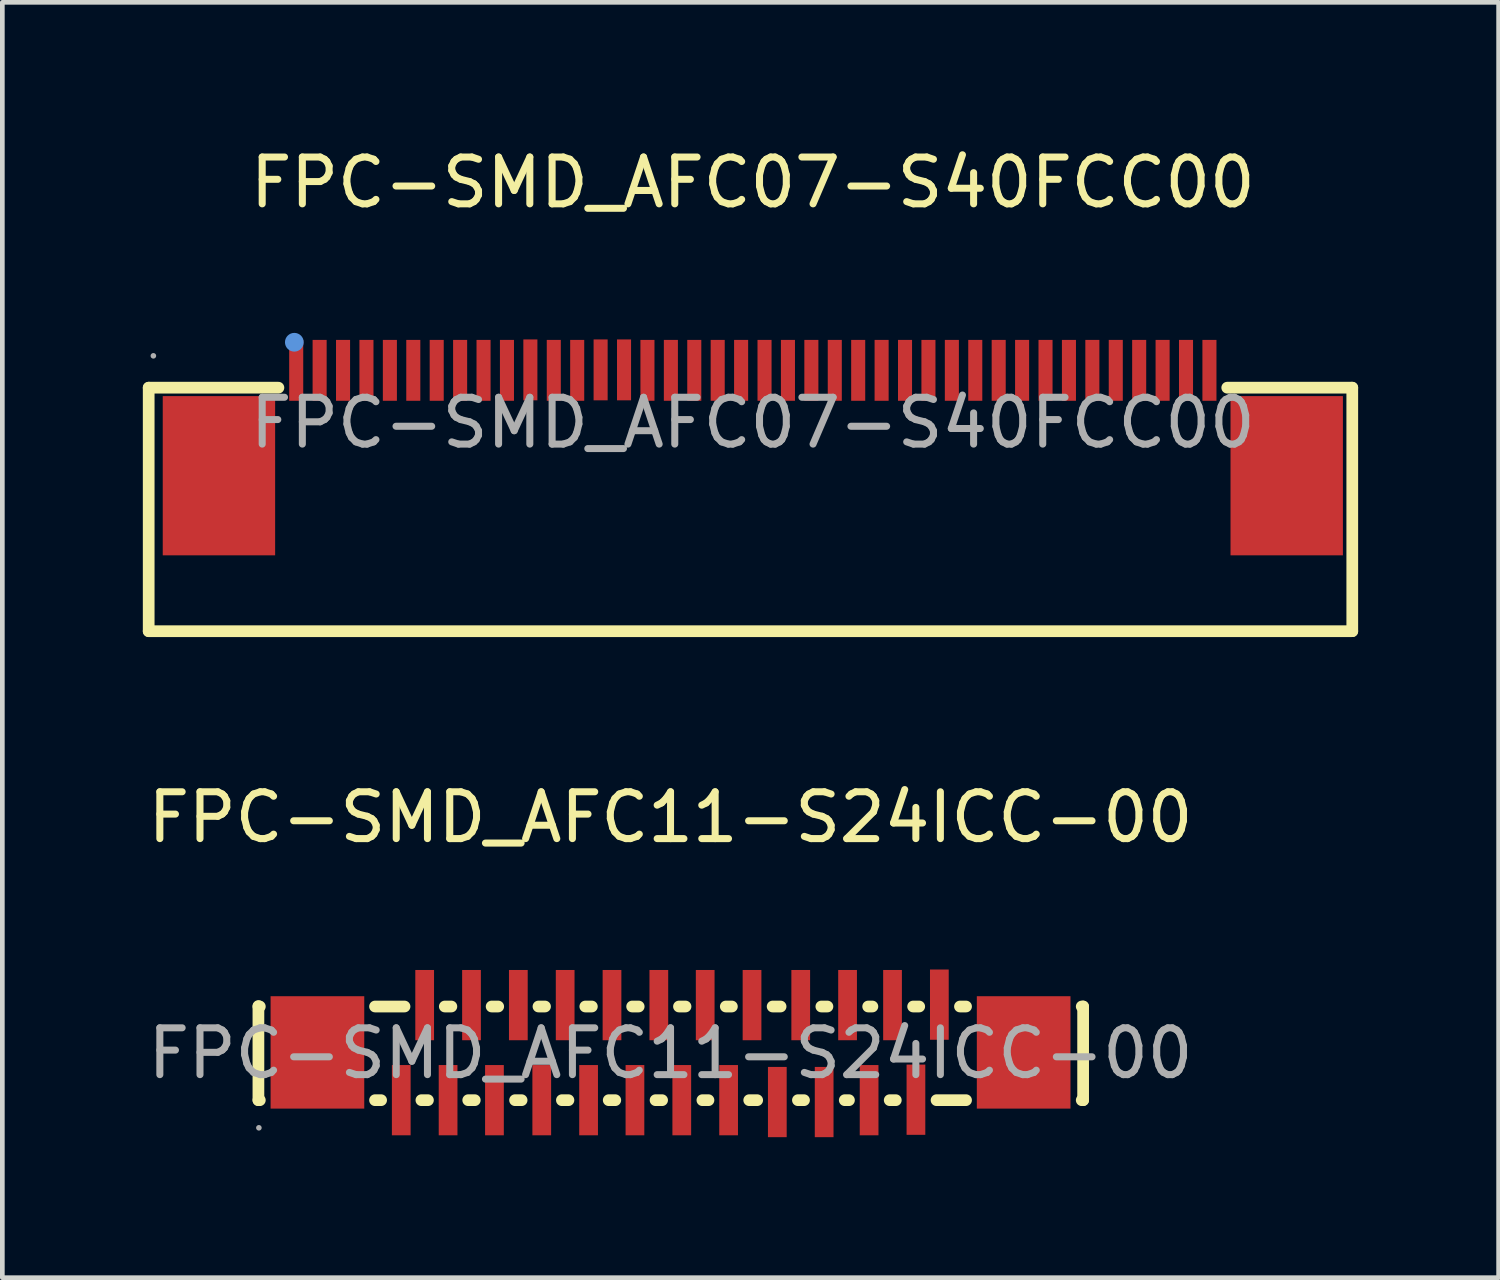
<source format=kicad_pcb>
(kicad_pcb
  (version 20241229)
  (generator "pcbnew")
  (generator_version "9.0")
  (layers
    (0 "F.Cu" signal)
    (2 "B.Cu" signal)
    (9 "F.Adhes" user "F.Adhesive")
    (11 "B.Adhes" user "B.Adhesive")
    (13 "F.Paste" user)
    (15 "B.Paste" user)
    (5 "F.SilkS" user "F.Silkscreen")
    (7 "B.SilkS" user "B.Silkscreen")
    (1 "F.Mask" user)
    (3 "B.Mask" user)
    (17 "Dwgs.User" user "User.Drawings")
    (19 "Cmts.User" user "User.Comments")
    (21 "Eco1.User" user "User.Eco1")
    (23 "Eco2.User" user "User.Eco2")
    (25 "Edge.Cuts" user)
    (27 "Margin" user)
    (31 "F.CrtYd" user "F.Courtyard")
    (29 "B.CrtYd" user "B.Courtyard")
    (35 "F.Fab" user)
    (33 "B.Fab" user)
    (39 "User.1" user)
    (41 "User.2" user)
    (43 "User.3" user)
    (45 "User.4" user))
  (footprint "FPC-SMD_AFC07-S40FCC00"
    (layer "F.Cu")
    (at 13.025 5.978)
    (property "Reference" "FPC-SMD_AFC07-S40FCC00" (at 0 -5.13 0) (layer "F.SilkS") (effects (font (size 1 1) (thickness 0.15))))
    (attr through_hole)
    (fp_line (start -12.9 -0.75) (end -10.13 -0.75) (stroke (width 0.25) (type solid)) (layer "F.SilkS"))
    (fp_line (start -12.9 4.45) (end -12.9 -0.75) (stroke (width 0.25) (type solid)) (layer "F.SilkS"))
    (fp_line (start 10.13 -0.75) (end 12.8 -0.75) (stroke (width 0.25) (type solid)) (layer "F.SilkS"))
    (fp_line (start 12.8 -0.75) (end 12.8 4.45) (stroke (width 0.25) (type solid)) (layer "F.SilkS"))
    (fp_line (start 12.8 4.45) (end -12.9 4.45) (stroke (width 0.25) (type solid)) (layer "F.SilkS"))
    (fp_circle (center -9.79 -1.72) (end -9.69 -1.72) (stroke (width 0.2) (type solid)) (fill no) (layer "Cmts.User"))
    (fp_circle (center -12.8 -1.43) (end -12.77 -1.43) (stroke (width 0.06) (type solid)) (fill no) (layer "F.Fab"))
    (fp_text user "${REFERENCE}" (at 0 0 0) (layer "F.Fab") (effects (font (size 1 1) (thickness 0.15))))
    (pad "1" smd rect (at -9.75 -1.12 180) (size 0.3 1.3) (layers "F.Cu" "F.Mask" "F.Paste"))
    (pad "2" smd rect (at -9.25 -1.12 180) (size 0.3 1.3) (layers "F.Cu" "F.Mask" "F.Paste"))
    (pad "3" smd rect (at -8.75 -1.12 180) (size 0.3 1.3) (layers "F.Cu" "F.Mask" "F.Paste"))
    (pad "4" smd rect (at -8.25 -1.12 180) (size 0.3 1.3) (layers "F.Cu" "F.Mask" "F.Paste"))
    (pad "5" smd rect (at -7.75 -1.12 180) (size 0.3 1.3) (layers "F.Cu" "F.Mask" "F.Paste"))
    (pad "6" smd rect (at -7.25 -1.12 180) (size 0.3 1.3) (layers "F.Cu" "F.Mask" "F.Paste"))
    (pad "7" smd rect (at -6.75 -1.12 180) (size 0.3 1.3) (layers "F.Cu" "F.Mask" "F.Paste"))
    (pad "8" smd rect (at -6.25 -1.12 180) (size 0.3 1.3) (layers "F.Cu" "F.Mask" "F.Paste"))
    (pad "9" smd rect (at -5.75 -1.12 180) (size 0.3 1.3) (layers "F.Cu" "F.Mask" "F.Paste"))
    (pad "10" smd rect (at -5.25 -1.12 180) (size 0.3 1.3) (layers "F.Cu" "F.Mask" "F.Paste"))
    (pad "11" smd rect (at -4.75 -1.13 180) (size 0.3 1.3) (layers "F.Cu" "F.Mask" "F.Paste"))
    (pad "12" smd rect (at -4.25 -1.12 180) (size 0.3 1.3) (layers "F.Cu" "F.Mask" "F.Paste"))
    (pad "13" smd rect (at -3.75 -1.12 180) (size 0.3 1.3) (layers "F.Cu" "F.Mask" "F.Paste"))
    (pad "14" smd rect (at -3.25 -1.13 180) (size 0.3 1.3) (layers "F.Cu" "F.Mask" "F.Paste"))
    (pad "15" smd rect (at -2.75 -1.13 180) (size 0.3 1.3) (layers "F.Cu" "F.Mask" "F.Paste"))
    (pad "16" smd rect (at -2.25 -1.12 180) (size 0.3 1.3) (layers "F.Cu" "F.Mask" "F.Paste"))
    (pad "17" smd rect (at -1.75 -1.12 180) (size 0.3 1.3) (layers "F.Cu" "F.Mask" "F.Paste"))
    (pad "18" smd rect (at -1.25 -1.12 180) (size 0.3 1.3) (layers "F.Cu" "F.Mask" "F.Paste"))
    (pad "19" smd rect (at -0.75 -1.12 180) (size 0.3 1.3) (layers "F.Cu" "F.Mask" "F.Paste"))
    (pad "20" smd rect (at -0.25 -1.12 180) (size 0.3 1.3) (layers "F.Cu" "F.Mask" "F.Paste"))
    (pad "21" smd rect (at 0.25 -1.12 180) (size 0.3 1.3) (layers "F.Cu" "F.Mask" "F.Paste"))
    (pad "22" smd rect (at 0.75 -1.12 180) (size 0.3 1.3) (layers "F.Cu" "F.Mask" "F.Paste"))
    (pad "23" smd rect (at 1.25 -1.12 180) (size 0.3 1.3) (layers "F.Cu" "F.Mask" "F.Paste"))
    (pad "24" smd rect (at 1.75 -1.12 180) (size 0.3 1.3) (layers "F.Cu" "F.Mask" "F.Paste"))
    (pad "25" smd rect (at 2.25 -1.12 180) (size 0.3 1.3) (layers "F.Cu" "F.Mask" "F.Paste"))
    (pad "26" smd rect (at 2.75 -1.12 180) (size 0.3 1.3) (layers "F.Cu" "F.Mask" "F.Paste"))
    (pad "27" smd rect (at 3.25 -1.12 180) (size 0.3 1.3) (layers "F.Cu" "F.Mask" "F.Paste"))
    (pad "28" smd rect (at 3.75 -1.12 180) (size 0.3 1.3) (layers "F.Cu" "F.Mask" "F.Paste"))
    (pad "29" smd rect (at 4.25 -1.12 180) (size 0.3 1.3) (layers "F.Cu" "F.Mask" "F.Paste"))
    (pad "30" smd rect (at 4.75 -1.12 180) (size 0.3 1.3) (layers "F.Cu" "F.Mask" "F.Paste"))
    (pad "31" smd rect (at 5.25 -1.12 180) (size 0.3 1.3) (layers "F.Cu" "F.Mask" "F.Paste"))
    (pad "32" smd rect (at 5.75 -1.12 180) (size 0.3 1.3) (layers "F.Cu" "F.Mask" "F.Paste"))
    (pad "33" smd rect (at 6.25 -1.12 180) (size 0.3 1.3) (layers "F.Cu" "F.Mask" "F.Paste"))
    (pad "34" smd rect (at 6.75 -1.12 180) (size 0.3 1.3) (layers "F.Cu" "F.Mask" "F.Paste"))
    (pad "35" smd rect (at 7.25 -1.12 180) (size 0.3 1.3) (layers "F.Cu" "F.Mask" "F.Paste"))
    (pad "36" smd rect (at 7.75 -1.12 180) (size 0.3 1.3) (layers "F.Cu" "F.Mask" "F.Paste"))
    (pad "37" smd rect (at 8.25 -1.12 180) (size 0.3 1.3) (layers "F.Cu" "F.Mask" "F.Paste"))
    (pad "38" smd rect (at 8.75 -1.12 180) (size 0.3 1.3) (layers "F.Cu" "F.Mask" "F.Paste"))
    (pad "39" smd rect (at 9.25 -1.12 180) (size 0.3 1.3) (layers "F.Cu" "F.Mask" "F.Paste"))
    (pad "40" smd rect (at 9.75 -1.12 180) (size 0.3 1.3) (layers "F.Cu" "F.Mask" "F.Paste"))
    (pad "41" smd rect (at 11.4 1.13 180) (size 2.4 3.4) (layers "F.Cu" "F.Mask" "F.Paste"))
    (pad "42" smd rect (at -11.4 1.13) (size 2.4 3.4) (layers "F.Cu" "F.Mask" "F.Paste")))
  (footprint "FPC-SMD_AFC11-S24ICC-00"
    (layer "F.Cu")
    (at 11.268 19.442)
    (property "Reference" "FPC-SMD_AFC11-S24ICC-00" (at 0 -5.04 0) (layer "F.SilkS") (effects (font (size 1 1) (thickness 0.15))))
    (attr through_hole)
    (fp_line (start -8.8 -1.01) (end -8.8 1) (stroke (width 0.25) (type solid)) (layer "F.SilkS"))
    (fp_line (start -8.8 1) (end -8.77 1) (stroke (width 0.25) (type solid)) (layer "F.SilkS"))
    (fp_line (start -8.77 -1) (end -8.8 -1) (stroke (width 0.25) (type solid)) (layer "F.SilkS"))
    (fp_line (start -6.31 1) (end -6.18 1) (stroke (width 0.25) (type solid)) (layer "F.SilkS"))
    (fp_line (start -5.68 -1) (end -6.31 -1) (stroke (width 0.25) (type solid)) (layer "F.SilkS"))
    (fp_line (start -5.32 1) (end -5.18 1) (stroke (width 0.25) (type solid)) (layer "F.SilkS"))
    (fp_line (start -4.68 -1) (end -4.82 -1) (stroke (width 0.25) (type solid)) (layer "F.SilkS"))
    (fp_line (start -4.32 1) (end -4.18 1) (stroke (width 0.25) (type solid)) (layer "F.SilkS"))
    (fp_line (start -3.68 -1) (end -3.82 -1) (stroke (width 0.25) (type solid)) (layer "F.SilkS"))
    (fp_line (start -3.32 1) (end -3.18 1) (stroke (width 0.25) (type solid)) (layer "F.SilkS"))
    (fp_line (start -2.68 -1) (end -2.82 -1) (stroke (width 0.25) (type solid)) (layer "F.SilkS"))
    (fp_line (start -2.32 1) (end -2.18 1) (stroke (width 0.25) (type solid)) (layer "F.SilkS"))
    (fp_line (start -1.68 -1) (end -1.82 -1) (stroke (width 0.25) (type solid)) (layer "F.SilkS"))
    (fp_line (start -1.32 1) (end -1.18 1) (stroke (width 0.25) (type solid)) (layer "F.SilkS"))
    (fp_line (start -0.68 -1) (end -0.82 -1) (stroke (width 0.25) (type solid)) (layer "F.SilkS"))
    (fp_line (start -0.32 1) (end -0.18 1) (stroke (width 0.25) (type solid)) (layer "F.SilkS"))
    (fp_line (start 0.32 -1) (end 0.18 -1) (stroke (width 0.25) (type solid)) (layer "F.SilkS"))
    (fp_line (start 0.68 1) (end 0.81 1) (stroke (width 0.25) (type solid)) (layer "F.SilkS"))
    (fp_line (start 1.31 -1) (end 1.18 -1) (stroke (width 0.25) (type solid)) (layer "F.SilkS"))
    (fp_line (start 1.68 1) (end 1.85 1) (stroke (width 0.25) (type solid)) (layer "F.SilkS"))
    (fp_line (start 2.35 -1) (end 2.18 -1) (stroke (width 0.25) (type solid)) (layer "F.SilkS"))
    (fp_line (start 2.72 1) (end 2.85 1) (stroke (width 0.25) (type solid)) (layer "F.SilkS"))
    (fp_line (start 3.35 -1) (end 3.22 -1) (stroke (width 0.25) (type solid)) (layer "F.SilkS"))
    (fp_line (start 3.72 1) (end 3.81 1) (stroke (width 0.25) (type solid)) (layer "F.SilkS"))
    (fp_line (start 4.31 -1) (end 4.22 -1) (stroke (width 0.25) (type solid)) (layer "F.SilkS"))
    (fp_line (start 4.68 1) (end 4.81 1) (stroke (width 0.25) (type solid)) (layer "F.SilkS"))
    (fp_line (start 5.31 -1) (end 5.18 -1) (stroke (width 0.25) (type solid)) (layer "F.SilkS"))
    (fp_line (start 5.68 1) (end 6.31 1) (stroke (width 0.25) (type solid)) (layer "F.SilkS"))
    (fp_line (start 6.31 -1) (end 6.18 -1) (stroke (width 0.25) (type solid)) (layer "F.SilkS"))
    (fp_line (start 8.78 1) (end 8.81 1) (stroke (width 0.25) (type solid)) (layer "F.SilkS"))
    (fp_line (start 8.81 -1) (end 8.78 -1) (stroke (width 0.25) (type solid)) (layer "F.SilkS"))
    (fp_line (start 8.81 1) (end 8.81 -1) (stroke (width 0.25) (type solid)) (layer "F.SilkS"))
    (fp_circle (center -8.79 1.59) (end -8.76 1.59) (stroke (width 0.06) (type solid)) (fill no) (layer "F.Fab"))
    (fp_text user "${REFERENCE}" (at 0 0 0) (layer "F.Fab") (effects (font (size 1 1) (thickness 0.15))))
    (pad "1" smd rect (at -5.75 1) (size 0.4 1.5) (layers "F.Cu" "F.Mask" "F.Paste"))
    (pad "2" smd rect (at -5.25 -1.03) (size 0.4 1.5) (layers "F.Cu" "F.Mask" "F.Paste"))
    (pad "3" smd rect (at -4.75 1) (size 0.4 1.5) (layers "F.Cu" "F.Mask" "F.Paste"))
    (pad "4" smd rect (at -4.25 -1.03) (size 0.4 1.5) (layers "F.Cu" "F.Mask" "F.Paste"))
    (pad "5" smd rect (at -3.76 1) (size 0.4 1.5) (layers "F.Cu" "F.Mask" "F.Paste"))
    (pad "6" smd rect (at -3.25 -1.03) (size 0.4 1.5) (layers "F.Cu" "F.Mask" "F.Paste"))
    (pad "7" smd rect (at -2.75 1) (size 0.4 1.5) (layers "F.Cu" "F.Mask" "F.Paste"))
    (pad "8" smd rect (at -2.25 -1.03) (size 0.4 1.5) (layers "F.Cu" "F.Mask" "F.Paste"))
    (pad "9" smd rect (at -1.75 1) (size 0.4 1.5) (layers "F.Cu" "F.Mask" "F.Paste"))
    (pad "10" smd rect (at -1.25 -1.03) (size 0.4 1.5) (layers "F.Cu" "F.Mask" "F.Paste"))
    (pad "11" smd rect (at -0.76 1) (size 0.4 1.5) (layers "F.Cu" "F.Mask" "F.Paste"))
    (pad "12" smd rect (at -0.25 -1.03) (size 0.4 1.5) (layers "F.Cu" "F.Mask" "F.Paste"))
    (pad "13" smd rect (at 0.24 1) (size 0.4 1.5) (layers "F.Cu" "F.Mask" "F.Paste"))
    (pad "14" smd rect (at 0.74 -1.03) (size 0.4 1.5) (layers "F.Cu" "F.Mask" "F.Paste"))
    (pad "15" smd rect (at 1.24 1) (size 0.4 1.5) (layers "F.Cu" "F.Mask" "F.Paste"))
    (pad "16" smd rect (at 1.74 -1.03) (size 0.4 1.5) (layers "F.Cu" "F.Mask" "F.Paste"))
    (pad "17" smd rect (at 2.28 1.04) (size 0.4 1.5) (layers "F.Cu" "F.Mask" "F.Paste"))
    (pad "18" smd rect (at 2.78 -1.03) (size 0.4 1.5) (layers "F.Cu" "F.Mask" "F.Paste"))
    (pad "19" smd rect (at 3.28 1.04) (size 0.4 1.5) (layers "F.Cu" "F.Mask" "F.Paste"))
    (pad "20" smd rect (at 3.78 -1.03) (size 0.4 1.5) (layers "F.Cu" "F.Mask" "F.Paste"))
    (pad "21" smd rect (at 4.24 1) (size 0.4 1.5) (layers "F.Cu" "F.Mask" "F.Paste"))
    (pad "22" smd rect (at 4.74 -1.03) (size 0.4 1.5) (layers "F.Cu" "F.Mask" "F.Paste"))
    (pad "23" smd rect (at 5.24 0.99) (size 0.4 1.5) (layers "F.Cu" "F.Mask" "F.Paste"))
    (pad "24" smd rect (at 5.74 -1.04) (size 0.4 1.5) (layers "F.Cu" "F.Mask" "F.Paste"))
    (pad "25" smd rect (at 7.54 -0.02 90) (size 2.4 2) (layers "F.Cu" "F.Mask" "F.Paste"))
    (pad "26" smd rect (at -7.54 -0.02 90) (size 2.4 2) (layers "F.Cu" "F.Mask" "F.Paste")))
  (gr_rect
    (start -3 -3)
    (end 28.95 24.232)
    (stroke (width 0.1) (type default))
    (fill no)
    (layer "Edge.Cuts")))
</source>
